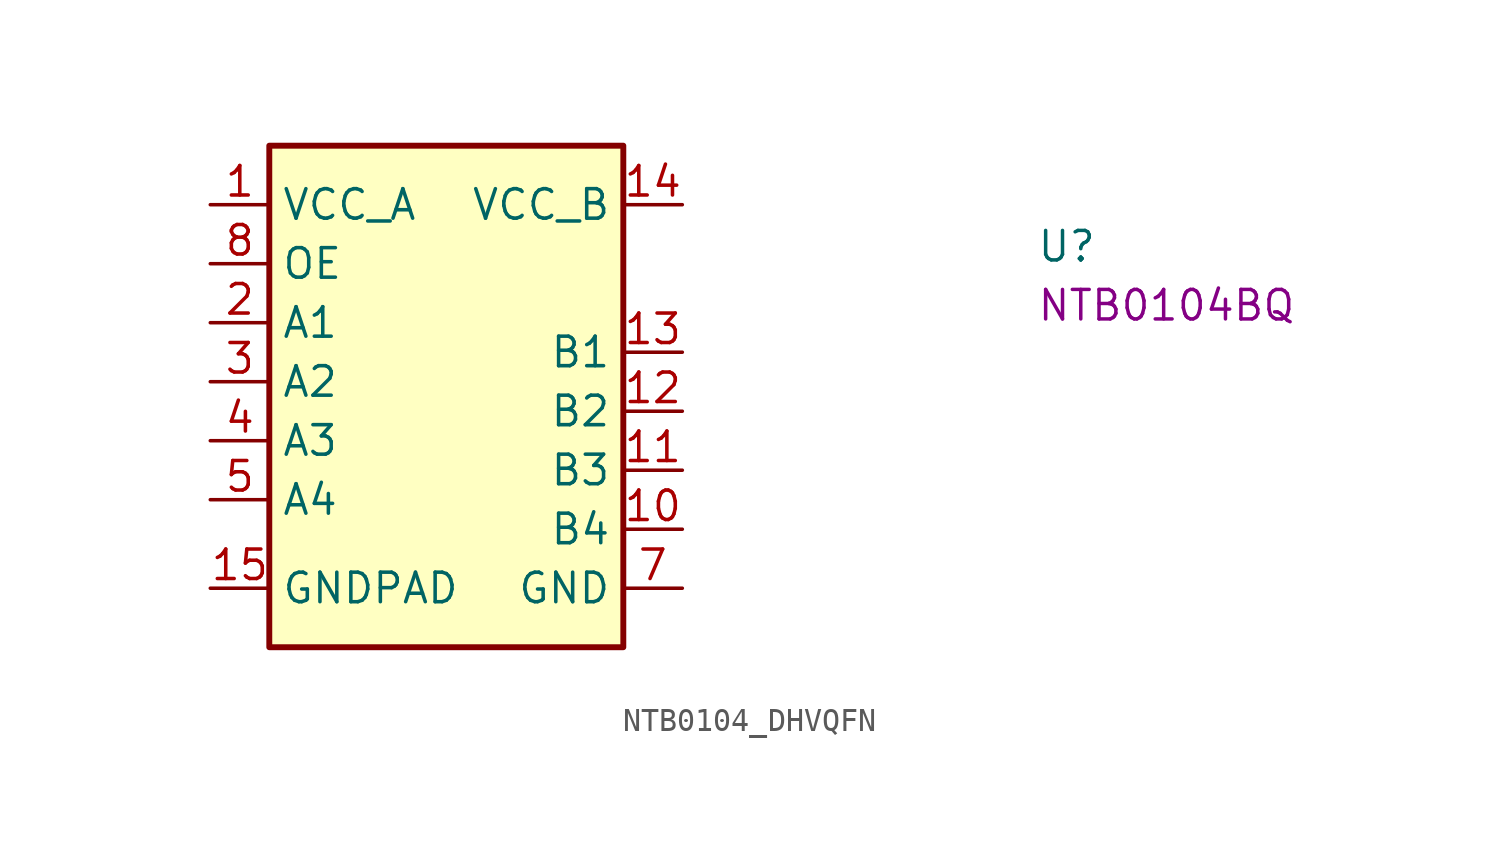
<source format=kicad_sym>
(kicad_symbol_lib
  (version 20220914)
  (generator kicad_symbol_editor)
  (symbol "NTB0104_DHVQFN"
    (property "Reference" "U"
      (at 35.56 -2.54 0)
      (effects (font (size 1.27 1.27) (thickness 0.15)) (justify left bottom)))
    (property "MPN" "NTB0104BQ"
      (at 35.56 -5.08 0)
      (effects (font (size 1.27 1.27) (thickness 0.15)) (justify left bottom)))
    (symbol "NTB0104_DHVQFN_1_1"
      (rectangle (start 2.54 2.54) (end 17.78 -19.05) (stroke (width 0.254) (type default)) (fill (type background)))
      (pin power_in line (at 0 0 0) (length 2.54) (name "VCC_A" (effects (font (size 1.27 1.27)))) (number "1" (effects (font (size 1.27 1.27)))))
      (pin bidirectional line (at 20.32 -13.97 180) (length 2.54) (name "B4" (effects (font (size 1.27 1.27)))) (number "10" (effects (font (size 1.27 1.27)))))
      (pin bidirectional line (at 20.32 -11.43 180) (length 2.54) (name "B3" (effects (font (size 1.27 1.27)))) (number "11" (effects (font (size 1.27 1.27)))))
      (pin bidirectional line (at 20.32 -8.89 180) (length 2.54) (name "B2" (effects (font (size 1.27 1.27)))) (number "12" (effects (font (size 1.27 1.27)))))
      (pin bidirectional line (at 20.32 -6.35 180) (length 2.54) (name "B1" (effects (font (size 1.27 1.27)))) (number "13" (effects (font (size 1.27 1.27)))))
      (pin power_in line (at 20.32 0 180) (length 2.54) (name "VCC_B" (effects (font (size 1.27 1.27)))) (number "14" (effects (font (size 1.27 1.27)))))
      (pin input line (at 0 -16.51 0) (length 2.54) (name "GNDPAD" (effects (font (size 1.27 1.27)))) (number "15" (effects (font (size 1.27 1.27)))))
      (pin bidirectional line (at 0 -5.08 0) (length 2.54) (name "A1" (effects (font (size 1.27 1.27)))) (number "2" (effects (font (size 1.27 1.27)))))
      (pin bidirectional line (at 0 -7.62 0) (length 2.54) (name "A2" (effects (font (size 1.27 1.27)))) (number "3" (effects (font (size 1.27 1.27)))))
      (pin bidirectional line (at 0 -10.16 0) (length 2.54) (name "A3" (effects (font (size 1.27 1.27)))) (number "4" (effects (font (size 1.27 1.27)))))
      (pin bidirectional line (at 0 -12.7 0) (length 2.54) (name "A4" (effects (font (size 1.27 1.27)))) (number "5" (effects (font (size 1.27 1.27)))))
      (pin no_connect line (at 17.78 -2.54 180) (length 2.54) hide (name "NC" (effects (font (size 1.27 1.27)))) (number "6" (effects (font (size 1.27 1.27)))))
      (pin power_in line (at 20.32 -16.51 180) (length 2.54) (name "GND" (effects (font (size 1.27 1.27)))) (number "7" (effects (font (size 1.27 1.27)))))
      (pin power_in line (at 0 -2.54 0) (length 2.54) (name "OE" (effects (font (size 1.27 1.27)))) (number "8" (effects (font (size 1.27 1.27)))))
      (pin no_connect line (at 17.78 -3.81 180) (length 2.54) hide (name "NC" (effects (font (size 1.27 1.27)))) (number "9" (effects (font (size 1.27 1.27))))))))
</source>
